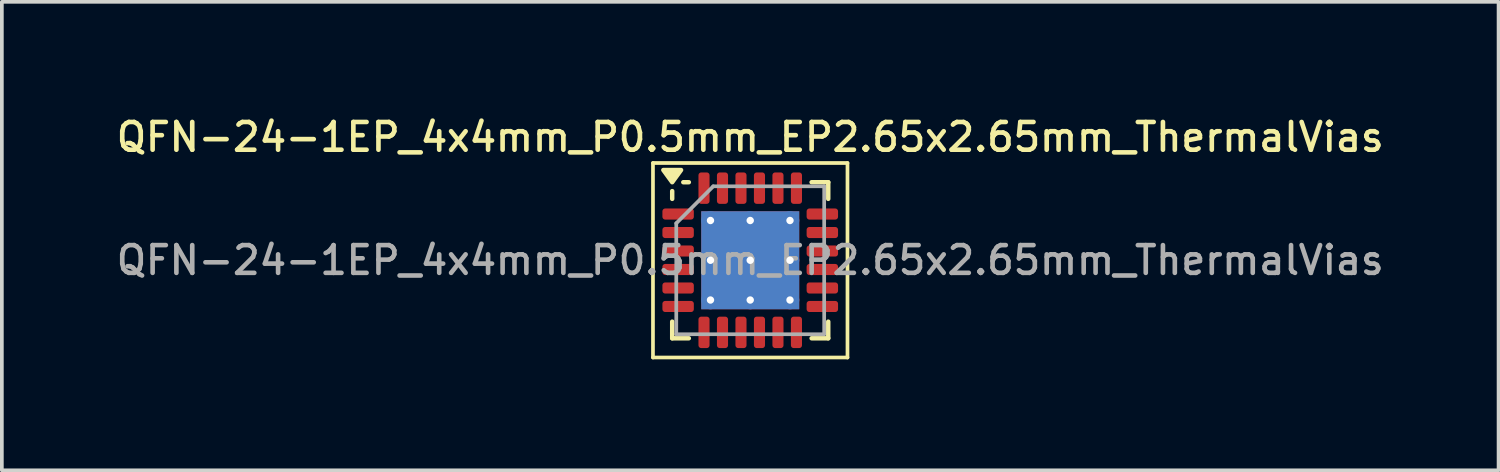
<source format=kicad_pcb>
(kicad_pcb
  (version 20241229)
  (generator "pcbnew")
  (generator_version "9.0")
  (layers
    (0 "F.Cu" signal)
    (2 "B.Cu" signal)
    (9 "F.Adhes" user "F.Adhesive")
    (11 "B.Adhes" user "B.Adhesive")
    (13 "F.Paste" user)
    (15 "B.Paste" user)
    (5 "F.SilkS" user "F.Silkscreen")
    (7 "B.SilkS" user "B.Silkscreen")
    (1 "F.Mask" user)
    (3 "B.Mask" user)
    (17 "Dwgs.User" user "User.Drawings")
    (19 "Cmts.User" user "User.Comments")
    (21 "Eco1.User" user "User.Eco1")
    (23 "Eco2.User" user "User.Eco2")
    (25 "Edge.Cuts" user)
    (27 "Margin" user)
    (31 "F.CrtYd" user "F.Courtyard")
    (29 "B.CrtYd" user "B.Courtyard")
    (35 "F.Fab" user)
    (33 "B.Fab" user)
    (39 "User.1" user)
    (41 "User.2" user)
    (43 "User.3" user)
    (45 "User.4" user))
  (footprint "QFN-24-1EP_4x4mm_P0.5mm_EP2.65x2.65mm_ThermalVias"
    (layer "F.Cu")
    (at 17.238 3.988)
    (property "Reference" "QFN-24-1EP_4x4mm_P0.5mm_EP2.65x2.65mm_ThermalVias" (at 0 -3.33 0) (layer "F.SilkS") (effects (font (size 0.75 0.75) (thickness 0.125))))
    (attr smd)
    (fp_line (start -2.63 -2.63) (end -2.63 2.63) (stroke (width 0.1) (type solid)) (layer "F.SilkS"))
    (fp_line (start -2.63 2.63) (end 2.63 2.63) (stroke (width 0.1) (type solid)) (layer "F.SilkS"))
    (fp_line (start -2.11 -1.66) (end -2.11 -1.87) (stroke (width 0.12) (type solid)) (layer "F.SilkS"))
    (fp_line (start -2.11 2.11) (end -2.11 1.66) (stroke (width 0.12) (type solid)) (layer "F.SilkS"))
    (fp_line (start -1.66 -2.11) (end -1.81 -2.11) (stroke (width 0.12) (type solid)) (layer "F.SilkS"))
    (fp_line (start -1.66 2.11) (end -2.11 2.11) (stroke (width 0.12) (type solid)) (layer "F.SilkS"))
    (fp_line (start 1.66 -2.11) (end 2.11 -2.11) (stroke (width 0.12) (type solid)) (layer "F.SilkS"))
    (fp_line (start 1.66 2.11) (end 2.11 2.11) (stroke (width 0.12) (type solid)) (layer "F.SilkS"))
    (fp_line (start 2.11 -2.11) (end 2.11 -1.66) (stroke (width 0.12) (type solid)) (layer "F.SilkS"))
    (fp_line (start 2.11 2.11) (end 2.11 1.66) (stroke (width 0.12) (type solid)) (layer "F.SilkS"))
    (fp_line (start 2.63 -2.63) (end -2.63 -2.63) (stroke (width 0.1) (type solid)) (layer "F.SilkS"))
    (fp_line (start 2.63 2.63) (end 2.63 -2.63) (stroke (width 0.1) (type solid)) (layer "F.SilkS"))
    (fp_poly (pts (xy -2.11 -2.11) (xy -2.35 -2.44) (xy -1.87 -2.44) (xy -2.11 -2.11)) (stroke (width 0.12) (type solid)) (fill yes) (layer "F.SilkS"))
    (fp_line (start -2 -1) (end -1 -2) (stroke (width 0.1) (type solid)) (layer "F.Fab"))
    (fp_line (start -2 2) (end -2 -1) (stroke (width 0.1) (type solid)) (layer "F.Fab"))
    (fp_line (start -1 -2) (end 2 -2) (stroke (width 0.1) (type solid)) (layer "F.Fab"))
    (fp_line (start 2 -2) (end 2 2) (stroke (width 0.1) (type solid)) (layer "F.Fab"))
    (fp_line (start 2 2) (end -2 2) (stroke (width 0.1) (type solid)) (layer "F.Fab"))
    (fp_text user "${REFERENCE}" (at 0 0 0) (layer "F.Fab") (effects (font (size 0.75 0.75) (thickness 0.125))))
    (pad "" smd roundrect (at -0.66 -0.66) (size 1.15 1.15) (layers "F.Paste") (roundrect_rratio 0.217))
    (pad "" smd roundrect (at -0.66 0.66) (size 1.15 1.15) (layers "F.Paste") (roundrect_rratio 0.217))
    (pad "" smd roundrect (at 0.66 -0.66) (size 1.15 1.15) (layers "F.Paste") (roundrect_rratio 0.217))
    (pad "" smd roundrect (at 0.66 0.66) (size 1.15 1.15) (layers "F.Paste") (roundrect_rratio 0.217))
    (pad "1" smd roundrect (at -1.95 -1.25) (size 0.85 0.3) (layers "F.Cu" "F.Mask" "F.Paste") (roundrect_rratio 0.25))
    (pad "2" smd roundrect (at -1.95 -0.75) (size 0.85 0.3) (layers "F.Cu" "F.Mask" "F.Paste") (roundrect_rratio 0.25))
    (pad "3" smd roundrect (at -1.95 -0.25) (size 0.85 0.3) (layers "F.Cu" "F.Mask" "F.Paste") (roundrect_rratio 0.25))
    (pad "4" smd roundrect (at -1.95 0.25) (size 0.85 0.3) (layers "F.Cu" "F.Mask" "F.Paste") (roundrect_rratio 0.25))
    (pad "5" smd roundrect (at -1.95 0.75) (size 0.85 0.3) (layers "F.Cu" "F.Mask" "F.Paste") (roundrect_rratio 0.25))
    (pad "6" smd roundrect (at -1.95 1.25) (size 0.85 0.3) (layers "F.Cu" "F.Mask" "F.Paste") (roundrect_rratio 0.25))
    (pad "7" smd roundrect (at -1.25 1.95) (size 0.3 0.85) (layers "F.Cu" "F.Mask" "F.Paste") (roundrect_rratio 0.25))
    (pad "8" smd roundrect (at -0.75 1.95) (size 0.3 0.85) (layers "F.Cu" "F.Mask" "F.Paste") (roundrect_rratio 0.25))
    (pad "9" smd roundrect (at -0.25 1.95) (size 0.3 0.85) (layers "F.Cu" "F.Mask" "F.Paste") (roundrect_rratio 0.25))
    (pad "10" smd roundrect (at 0.25 1.95) (size 0.3 0.85) (layers "F.Cu" "F.Mask" "F.Paste") (roundrect_rratio 0.25))
    (pad "11" smd roundrect (at 0.75 1.95) (size 0.3 0.85) (layers "F.Cu" "F.Mask" "F.Paste") (roundrect_rratio 0.25))
    (pad "12" smd roundrect (at 1.25 1.95) (size 0.3 0.85) (layers "F.Cu" "F.Mask" "F.Paste") (roundrect_rratio 0.25))
    (pad "13" smd roundrect (at 1.95 1.25) (size 0.85 0.3) (layers "F.Cu" "F.Mask" "F.Paste") (roundrect_rratio 0.25))
    (pad "14" smd roundrect (at 1.95 0.75) (size 0.85 0.3) (layers "F.Cu" "F.Mask" "F.Paste") (roundrect_rratio 0.25))
    (pad "15" smd roundrect (at 1.95 0.25) (size 0.85 0.3) (layers "F.Cu" "F.Mask" "F.Paste") (roundrect_rratio 0.25))
    (pad "16" smd roundrect (at 1.95 -0.25) (size 0.85 0.3) (layers "F.Cu" "F.Mask" "F.Paste") (roundrect_rratio 0.25))
    (pad "17" smd roundrect (at 1.95 -0.75) (size 0.85 0.3) (layers "F.Cu" "F.Mask" "F.Paste") (roundrect_rratio 0.25))
    (pad "18" smd roundrect (at 1.95 -1.25) (size 0.85 0.3) (layers "F.Cu" "F.Mask" "F.Paste") (roundrect_rratio 0.25))
    (pad "19" smd roundrect (at 1.25 -1.95) (size 0.3 0.85) (layers "F.Cu" "F.Mask" "F.Paste") (roundrect_rratio 0.25))
    (pad "20" smd roundrect (at 0.75 -1.95) (size 0.3 0.85) (layers "F.Cu" "F.Mask" "F.Paste") (roundrect_rratio 0.25))
    (pad "21" smd roundrect (at 0.25 -1.95) (size 0.3 0.85) (layers "F.Cu" "F.Mask" "F.Paste") (roundrect_rratio 0.25))
    (pad "22" smd roundrect (at -0.25 -1.95) (size 0.3 0.85) (layers "F.Cu" "F.Mask" "F.Paste") (roundrect_rratio 0.25))
    (pad "23" smd roundrect (at -0.75 -1.95) (size 0.3 0.85) (layers "F.Cu" "F.Mask" "F.Paste") (roundrect_rratio 0.25))
    (pad "24" smd roundrect (at -1.25 -1.95) (size 0.3 0.85) (layers "F.Cu" "F.Mask" "F.Paste") (roundrect_rratio 0.25))
    (pad "25" thru_hole circle (at -1.075 -1.075) (size 0.5 0.5) (drill 0.2) (property pad_prop_heatsink) (layers "*.Cu"))
    (pad "25" thru_hole circle (at -1.075 0) (size 0.5 0.5) (drill 0.2) (property pad_prop_heatsink) (layers "*.Cu"))
    (pad "25" thru_hole circle (at -1.075 1.075) (size 0.5 0.5) (drill 0.2) (property pad_prop_heatsink) (layers "*.Cu"))
    (pad "25" thru_hole circle (at 0 -1.075) (size 0.5 0.5) (drill 0.2) (property pad_prop_heatsink) (layers "*.Cu"))
    (pad "25" thru_hole circle (at 0 0) (size 0.5 0.5) (drill 0.2) (property pad_prop_heatsink) (layers "*.Cu"))
    (pad "25" smd rect (at 0 0) (size 2.65 2.65) (property pad_prop_heatsink) (layers "F.Cu" "F.Mask"))
    (pad "25" smd rect (at 0 0) (size 2.65 2.65) (property pad_prop_heatsink) (layers "B.Cu"))
    (pad "25" thru_hole circle (at 0 1.075) (size 0.5 0.5) (drill 0.2) (property pad_prop_heatsink) (layers "*.Cu"))
    (pad "25" thru_hole circle (at 1.075 -1.075) (size 0.5 0.5) (drill 0.2) (property pad_prop_heatsink) (layers "*.Cu"))
    (pad "25" thru_hole circle (at 1.075 0) (size 0.5 0.5) (drill 0.2) (property pad_prop_heatsink) (layers "*.Cu"))
    (pad "25" thru_hole circle (at 1.075 1.075) (size 0.5 0.5) (drill 0.2) (property pad_prop_heatsink) (layers "*.Cu")))
  (gr_rect
    (start -3 -3)
    (end 37.475 9.668)
    (stroke (width 0.1) (type default))
    (fill no)
    (layer "Edge.Cuts")))
</source>
